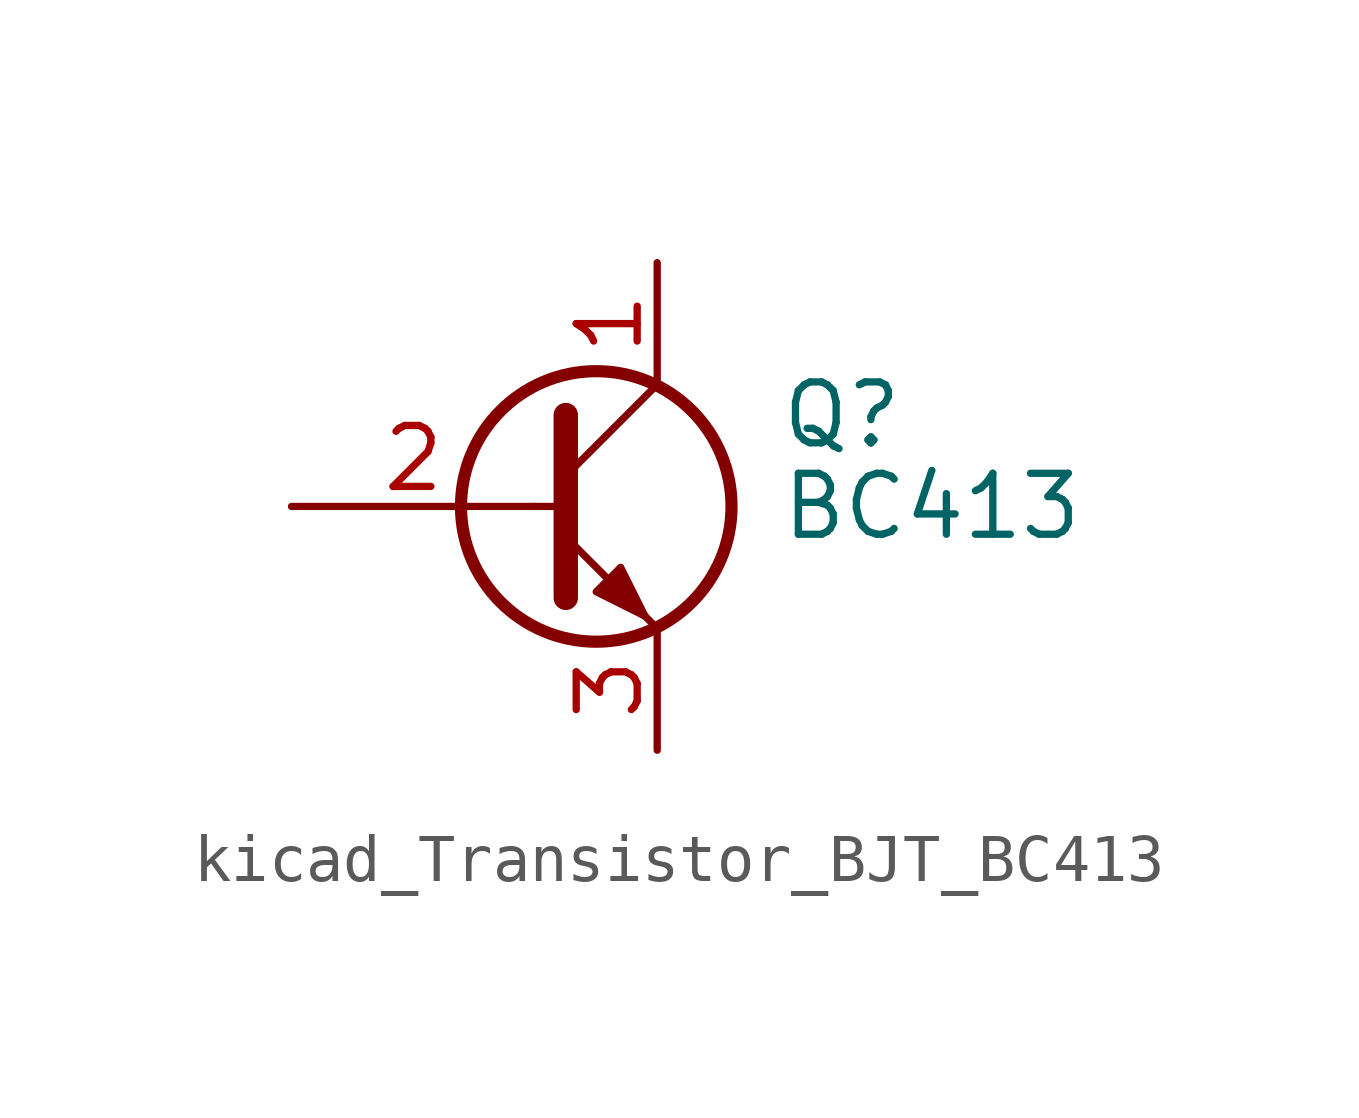
<source format=kicad_sym>
(kicad_symbol_lib
  (version 20220914)
  (generator kicad_symbol_editor)
  (symbol "kicad_Transistor_BJT_BC413"
    (pin_names
      (offset 0) hide)
    (property "Reference" "Q"
      (at 5.08 1.905 0)
      (effects (font (size 1.27 1.27)) (justify left)))
    (property "Value" "BC413"
      (at 5.08 0 0)
      (effects (font (size 1.27 1.27)) (justify left)))
    (symbol "kicad_Transistor_BJT_BC413_0_1"
      (polyline (pts (xy 0 0) (xy 0.635 0)) (stroke (width 0) (type default)) (fill (type none)))
      (polyline (pts (xy 0.635 0.635) (xy 2.54 2.54)) (stroke (width 0) (type default)) (fill (type none)))
      (polyline (pts (xy 0.635 -0.635) (xy 2.54 -2.54) (xy 2.54 -2.54)) (stroke (width 0) (type default)) (fill (type none)))
      (polyline (pts (xy 0.635 1.905) (xy 0.635 -1.905) (xy 0.635 -1.905)) (stroke (width 0.508) (type default)) (fill (type none)))
      (polyline (pts (xy 1.27 -1.778) (xy 1.778 -1.27) (xy 2.286 -2.286) (xy 1.27 -1.778) (xy 1.27 -1.778)) (stroke (width 0) (type default)) (fill (type outline)))
      (circle (center 1.27 0) (radius 2.819) (stroke (width 0.254) (type default)) (fill (type none))))
    (symbol "kicad_Transistor_BJT_BC413_1_1"
      (pin passive line (at 2.54 5.08 270) (length 2.54) (name "C" (effects (font (size 1.27 1.27)))) (number "1" (effects (font (size 1.27 1.27)))))
      (pin input line (at -5.08 0 0) (length 5.08) (name "B" (effects (font (size 1.27 1.27)))) (number "2" (effects (font (size 1.27 1.27)))))
      (pin passive line (at 2.54 -5.08 90) (length 2.54) (name "E" (effects (font (size 1.27 1.27)))) (number "3" (effects (font (size 1.27 1.27))))))))
</source>
